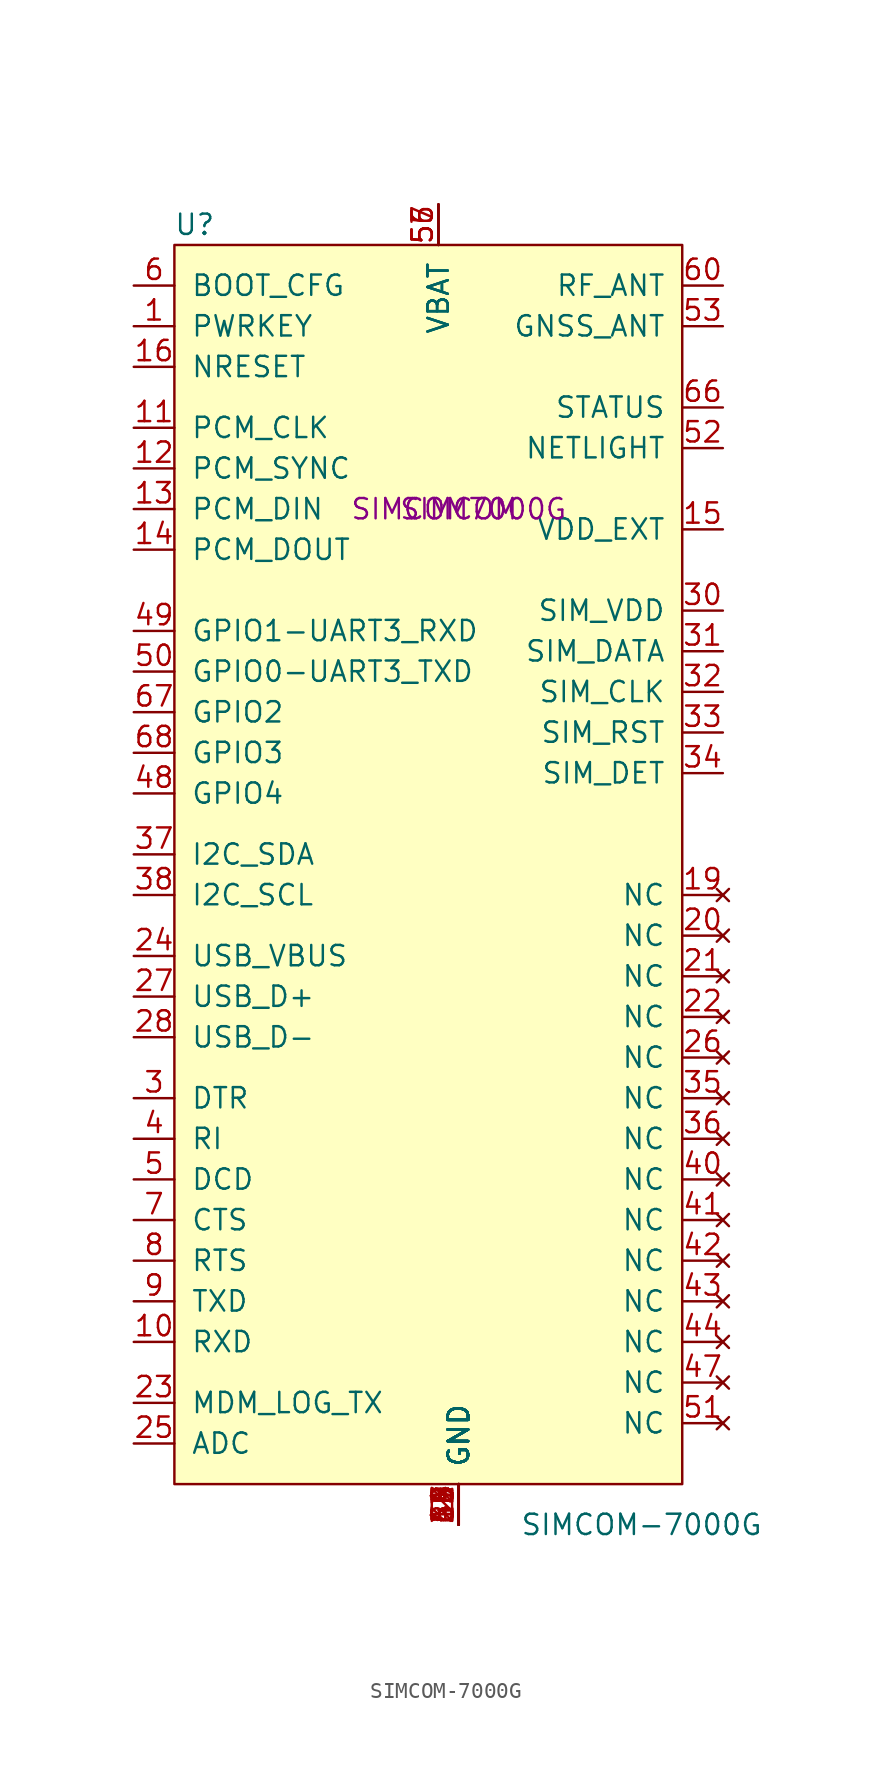
<source format=kicad_sym>
(kicad_symbol_lib
  (version 20211014)
  (generator kicad_symbol_editor)
  (symbol "SIMCOM-7000G"
    (pin_names
      (offset 1.016))
    (property "Reference" "U"
      (at -16.51 17.78 0)
      (effects (font (size 1.27 1.27))))
    (property "Value" "SIMCOM-7000G"
      (at 11.43 -63.5 0)
      (effects (font (size 1.27 1.27))))
    (property "MF" "SIMCOM"
      (at 0 0 0)
      (effects (font (size 1.27 1.27))))
    (property "MPN" "SIMCOM7000G"
      (at 0 0 0)
      (effects (font (size 1.27 1.27))))
    (symbol "SIMCOM-7000G_0_0"
      (rectangle (start -17.78 16.51) (end 13.97 -60.96) (stroke (width 0) (type default) (color 0 0 0 0)) (fill (type background))))
    (symbol "SIMCOM-7000G_1_1"
      (pin input line (at -20.32 11.43 0) (length 2.54) (name "PWRKEY" (effects (font (size 1.27 1.27)))) (number "1" (effects (font (size 1.27 1.27)))))
      (pin input line (at -20.32 -52.07 0) (length 2.54) (name "RXD" (effects (font (size 1.27 1.27)))) (number "10" (effects (font (size 1.27 1.27)))))
      (pin input line (at -20.32 5.08 0) (length 2.54) (name "PCM_CLK" (effects (font (size 1.27 1.27)))) (number "11" (effects (font (size 1.27 1.27)))))
      (pin input line (at -20.32 2.54 0) (length 2.54) (name "PCM_SYNC" (effects (font (size 1.27 1.27)))) (number "12" (effects (font (size 1.27 1.27)))))
      (pin input line (at -20.32 0 0) (length 2.54) (name "PCM_DIN" (effects (font (size 1.27 1.27)))) (number "13" (effects (font (size 1.27 1.27)))))
      (pin input line (at -20.32 -2.54 0) (length 2.54) (name "PCM_DOUT" (effects (font (size 1.27 1.27)))) (number "14" (effects (font (size 1.27 1.27)))))
      (pin power_out line (at 16.51 -1.27 180) (length 2.54) (name "VDD_EXT" (effects (font (size 1.27 1.27)))) (number "15" (effects (font (size 1.27 1.27)))))
      (pin input line (at -20.32 8.89 0) (length 2.54) (name "NRESET" (effects (font (size 1.27 1.27)))) (number "16" (effects (font (size 1.27 1.27)))))
      (pin power_in line (at 0 -63.5 90) (length 2.54) (name "GND" (effects (font (size 1.27 1.27)))) (number "17" (effects (font (size 1.27 1.27)))))
      (pin power_in line (at 0 -63.5 90) (length 2.54) (name "GND" (effects (font (size 1.27 1.27)))) (number "18" (effects (font (size 1.27 1.27)))))
      (pin no_connect line (at 16.51 -24.13 180) (length 2.54) (name "NC" (effects (font (size 1.27 1.27)))) (number "19" (effects (font (size 1.27 1.27)))))
      (pin power_in line (at 0 -63.5 90) (length 2.54) (name "GND" (effects (font (size 1.27 1.27)))) (number "2" (effects (font (size 1.27 1.27)))))
      (pin no_connect line (at 16.51 -26.67 180) (length 2.54) (name "NC" (effects (font (size 1.27 1.27)))) (number "20" (effects (font (size 1.27 1.27)))))
      (pin no_connect line (at 16.51 -29.21 180) (length 2.54) (name "NC" (effects (font (size 1.27 1.27)))) (number "21" (effects (font (size 1.27 1.27)))))
      (pin no_connect line (at 16.51 -31.75 180) (length 2.54) (name "NC" (effects (font (size 1.27 1.27)))) (number "22" (effects (font (size 1.27 1.27)))))
      (pin input line (at -20.32 -55.88 0) (length 2.54) (name "MDM_LOG_TX" (effects (font (size 1.27 1.27)))) (number "23" (effects (font (size 1.27 1.27)))))
      (pin power_in line (at -20.32 -27.94 0) (length 2.54) (name "USB_VBUS" (effects (font (size 1.27 1.27)))) (number "24" (effects (font (size 1.27 1.27)))))
      (pin input line (at -20.32 -58.42 0) (length 2.54) (name "ADC" (effects (font (size 1.27 1.27)))) (number "25" (effects (font (size 1.27 1.27)))))
      (pin no_connect line (at 16.51 -34.29 180) (length 2.54) (name "NC" (effects (font (size 1.27 1.27)))) (number "26" (effects (font (size 1.27 1.27)))))
      (pin input line (at -20.32 -30.48 0) (length 2.54) (name "USB_D+" (effects (font (size 1.27 1.27)))) (number "27" (effects (font (size 1.27 1.27)))))
      (pin input line (at -20.32 -33.02 0) (length 2.54) (name "USB_D-" (effects (font (size 1.27 1.27)))) (number "28" (effects (font (size 1.27 1.27)))))
      (pin power_in line (at 0 -63.5 90) (length 2.54) (name "GND" (effects (font (size 1.27 1.27)))) (number "29" (effects (font (size 1.27 1.27)))))
      (pin input line (at -20.32 -36.83 0) (length 2.54) (name "DTR" (effects (font (size 1.27 1.27)))) (number "3" (effects (font (size 1.27 1.27)))))
      (pin output line (at 16.51 -6.35 180) (length 2.54) (name "SIM_VDD" (effects (font (size 1.27 1.27)))) (number "30" (effects (font (size 1.27 1.27)))))
      (pin bidirectional line (at 16.51 -8.89 180) (length 2.54) (name "SIM_DATA" (effects (font (size 1.27 1.27)))) (number "31" (effects (font (size 1.27 1.27)))))
      (pin output line (at 16.51 -11.43 180) (length 2.54) (name "SIM_CLK" (effects (font (size 1.27 1.27)))) (number "32" (effects (font (size 1.27 1.27)))))
      (pin output line (at 16.51 -13.97 180) (length 2.54) (name "SIM_RST" (effects (font (size 1.27 1.27)))) (number "33" (effects (font (size 1.27 1.27)))))
      (pin input line (at 16.51 -16.51 180) (length 2.54) (name "SIM_DET" (effects (font (size 1.27 1.27)))) (number "34" (effects (font (size 1.27 1.27)))))
      (pin no_connect line (at 16.51 -36.83 180) (length 2.54) (name "NC" (effects (font (size 1.27 1.27)))) (number "35" (effects (font (size 1.27 1.27)))))
      (pin no_connect line (at 16.51 -39.37 180) (length 2.54) (name "NC" (effects (font (size 1.27 1.27)))) (number "36" (effects (font (size 1.27 1.27)))))
      (pin bidirectional line (at -20.32 -21.59 0) (length 2.54) (name "I2C_SDA" (effects (font (size 1.27 1.27)))) (number "37" (effects (font (size 1.27 1.27)))))
      (pin bidirectional line (at -20.32 -24.13 0) (length 2.54) (name "I2C_SCL" (effects (font (size 1.27 1.27)))) (number "38" (effects (font (size 1.27 1.27)))))
      (pin power_in line (at 0 -63.5 90) (length 2.54) (name "GND" (effects (font (size 1.27 1.27)))) (number "39" (effects (font (size 1.27 1.27)))))
      (pin input line (at -20.32 -39.37 0) (length 2.54) (name "RI" (effects (font (size 1.27 1.27)))) (number "4" (effects (font (size 1.27 1.27)))))
      (pin no_connect line (at 16.51 -41.91 180) (length 2.54) (name "NC" (effects (font (size 1.27 1.27)))) (number "40" (effects (font (size 1.27 1.27)))))
      (pin no_connect line (at 16.51 -44.45 180) (length 2.54) (name "NC" (effects (font (size 1.27 1.27)))) (number "41" (effects (font (size 1.27 1.27)))))
      (pin no_connect line (at 16.51 -46.99 180) (length 2.54) (name "NC" (effects (font (size 1.27 1.27)))) (number "42" (effects (font (size 1.27 1.27)))))
      (pin no_connect line (at 16.51 -49.53 180) (length 2.54) (name "NC" (effects (font (size 1.27 1.27)))) (number "43" (effects (font (size 1.27 1.27)))))
      (pin no_connect line (at 16.51 -52.07 180) (length 2.54) (name "NC" (effects (font (size 1.27 1.27)))) (number "44" (effects (font (size 1.27 1.27)))))
      (pin power_in line (at 0 -63.5 90) (length 2.54) (name "GND" (effects (font (size 1.27 1.27)))) (number "45" (effects (font (size 1.27 1.27)))))
      (pin power_in line (at 0 -63.5 90) (length 2.54) (name "GND" (effects (font (size 1.27 1.27)))) (number "46" (effects (font (size 1.27 1.27)))))
      (pin no_connect line (at 16.51 -54.61 180) (length 2.54) (name "NC" (effects (font (size 1.27 1.27)))) (number "47" (effects (font (size 1.27 1.27)))))
      (pin bidirectional line (at -20.32 -17.78 0) (length 2.54) (name "GPIO4" (effects (font (size 1.27 1.27)))) (number "48" (effects (font (size 1.27 1.27)))))
      (pin bidirectional line (at -20.32 -7.62 0) (length 2.54) (name "GPIO1-UART3_RXD" (effects (font (size 1.27 1.27)))) (number "49" (effects (font (size 1.27 1.27)))))
      (pin input line (at -20.32 -41.91 0) (length 2.54) (name "DCD" (effects (font (size 1.27 1.27)))) (number "5" (effects (font (size 1.27 1.27)))))
      (pin bidirectional line (at -20.32 -10.16 0) (length 2.54) (name "GPIO0-UART3_TXD" (effects (font (size 1.27 1.27)))) (number "50" (effects (font (size 1.27 1.27)))))
      (pin no_connect line (at 16.51 -57.15 180) (length 2.54) (name "NC" (effects (font (size 1.27 1.27)))) (number "51" (effects (font (size 1.27 1.27)))))
      (pin input line (at 16.51 3.81 180) (length 2.54) (name "NETLIGHT" (effects (font (size 1.27 1.27)))) (number "52" (effects (font (size 1.27 1.27)))))
      (pin output line (at 16.51 11.43 180) (length 2.54) (name "GNSS_ANT" (effects (font (size 1.27 1.27)))) (number "53" (effects (font (size 1.27 1.27)))))
      (pin power_in line (at 0 -63.5 90) (length 2.54) (name "GND" (effects (font (size 1.27 1.27)))) (number "54" (effects (font (size 1.27 1.27)))))
      (pin power_in line (at -1.27 19.05 270) (length 2.54) (name "VBAT" (effects (font (size 1.27 1.27)))) (number "55" (effects (font (size 1.27 1.27)))))
      (pin power_in line (at -1.27 19.05 270) (length 2.54) (name "VBAT" (effects (font (size 1.27 1.27)))) (number "56" (effects (font (size 1.27 1.27)))))
      (pin power_in line (at -1.27 19.05 270) (length 2.54) (name "VBAT" (effects (font (size 1.27 1.27)))) (number "57" (effects (font (size 1.27 1.27)))))
      (pin power_in line (at 0 -63.5 90) (length 2.54) (name "GND" (effects (font (size 1.27 1.27)))) (number "58" (effects (font (size 1.27 1.27)))))
      (pin power_in line (at 0 -63.5 90) (length 2.54) (name "GND" (effects (font (size 1.27 1.27)))) (number "59" (effects (font (size 1.27 1.27)))))
      (pin input line (at -20.32 13.97 0) (length 2.54) (name "BOOT_CFG" (effects (font (size 1.27 1.27)))) (number "6" (effects (font (size 1.27 1.27)))))
      (pin output line (at 16.51 13.97 180) (length 2.54) (name "RF_ANT" (effects (font (size 1.27 1.27)))) (number "60" (effects (font (size 1.27 1.27)))))
      (pin power_in line (at 0 -63.5 90) (length 2.54) (name "GND" (effects (font (size 1.27 1.27)))) (number "61" (effects (font (size 1.27 1.27)))))
      (pin power_in line (at 0 -63.5 90) (length 2.54) (name "GND" (effects (font (size 1.27 1.27)))) (number "62" (effects (font (size 1.27 1.27)))))
      (pin power_in line (at 0 -63.5 90) (length 2.54) (name "GND" (effects (font (size 1.27 1.27)))) (number "63" (effects (font (size 1.27 1.27)))))
      (pin power_in line (at 0 -63.5 90) (length 2.54) (name "GND" (effects (font (size 1.27 1.27)))) (number "64" (effects (font (size 1.27 1.27)))))
      (pin power_in line (at 0 -63.5 90) (length 2.54) (name "GND" (effects (font (size 1.27 1.27)))) (number "65" (effects (font (size 1.27 1.27)))))
      (pin input line (at 16.51 6.35 180) (length 2.54) (name "STATUS" (effects (font (size 1.27 1.27)))) (number "66" (effects (font (size 1.27 1.27)))))
      (pin bidirectional line (at -20.32 -12.7 0) (length 2.54) (name "GPIO2" (effects (font (size 1.27 1.27)))) (number "67" (effects (font (size 1.27 1.27)))))
      (pin bidirectional line (at -20.32 -15.24 0) (length 2.54) (name "GPIO3" (effects (font (size 1.27 1.27)))) (number "68" (effects (font (size 1.27 1.27)))))
      (pin input line (at -20.32 -44.45 0) (length 2.54) (name "CTS" (effects (font (size 1.27 1.27)))) (number "7" (effects (font (size 1.27 1.27)))))
      (pin input line (at -20.32 -46.99 0) (length 2.54) (name "RTS" (effects (font (size 1.27 1.27)))) (number "8" (effects (font (size 1.27 1.27)))))
      (pin output line (at -20.32 -49.53 0) (length 2.54) (name "TXD" (effects (font (size 1.27 1.27)))) (number "9" (effects (font (size 1.27 1.27))))))))
</source>
